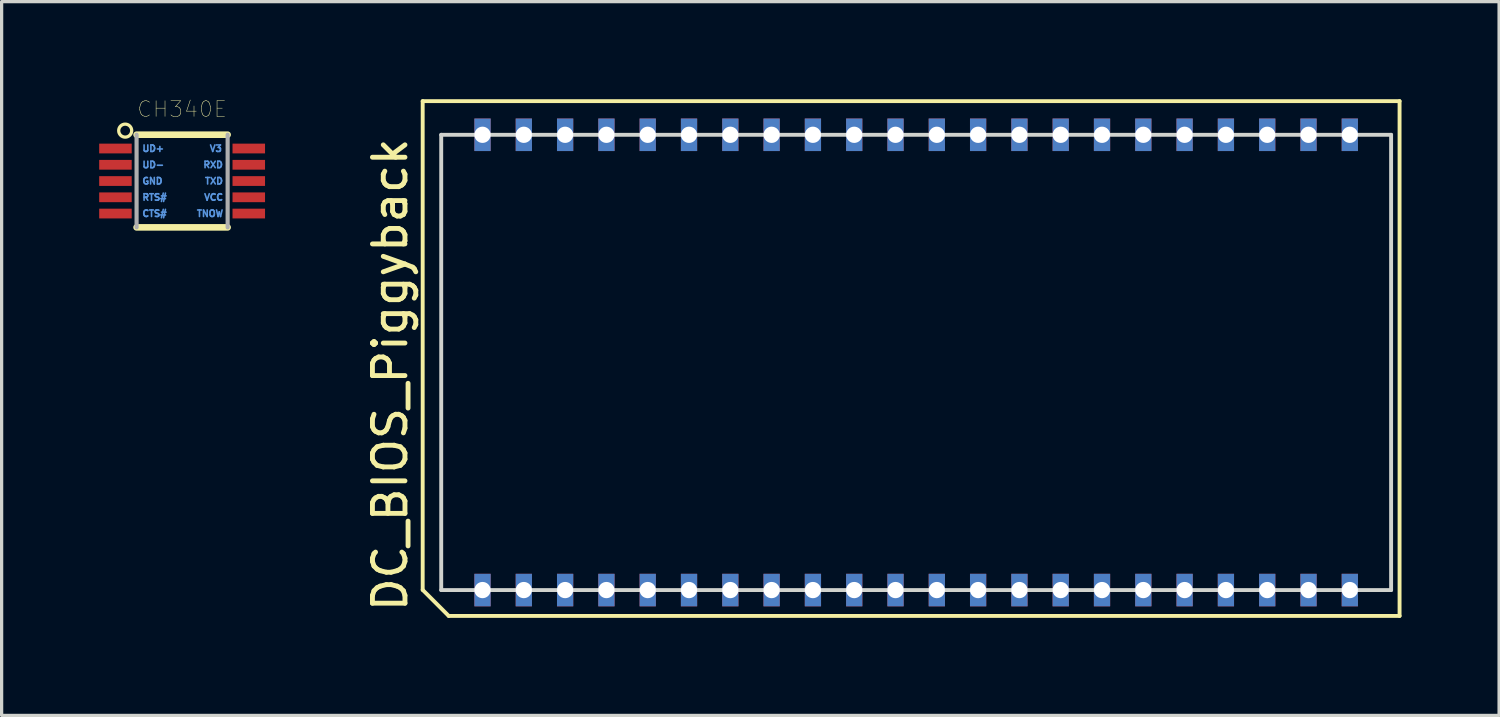
<source format=kicad_pcb>
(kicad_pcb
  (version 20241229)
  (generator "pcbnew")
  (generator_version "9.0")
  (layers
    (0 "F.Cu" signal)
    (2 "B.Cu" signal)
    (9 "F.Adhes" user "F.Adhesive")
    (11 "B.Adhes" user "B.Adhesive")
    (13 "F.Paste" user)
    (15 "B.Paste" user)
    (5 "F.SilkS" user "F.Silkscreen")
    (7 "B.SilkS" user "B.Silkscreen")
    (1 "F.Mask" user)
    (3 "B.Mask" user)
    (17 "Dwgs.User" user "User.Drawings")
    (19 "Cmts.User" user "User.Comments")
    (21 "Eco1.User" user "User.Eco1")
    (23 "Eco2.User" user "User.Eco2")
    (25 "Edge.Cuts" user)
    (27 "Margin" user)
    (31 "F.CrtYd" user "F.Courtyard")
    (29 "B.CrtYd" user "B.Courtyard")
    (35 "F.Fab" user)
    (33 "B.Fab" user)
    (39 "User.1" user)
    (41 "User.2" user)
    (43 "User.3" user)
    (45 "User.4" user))
  (footprint "CH340E"
    (layer "F.Cu")
    (at 2.55 2.517)
    (property "Reference" "CH340E" (at 0 -2.21 0) (layer "F.SilkS") (effects (font (size 0.48 0.48) (thickness 0.015))))
    (attr through_hole)
    (fp_line (start -1.4 1.425) (end 1.4 1.425) (stroke (width 0.203) (type solid)) (layer "F.SilkS"))
    (fp_line (start 1.4 -1.425) (end -1.4 -1.425) (stroke (width 0.203) (type solid)) (layer "F.SilkS"))
    (fp_circle (center -1.75 -1.55) (end -1.55 -1.55) (stroke (width 0.1) (type solid)) (fill no) (layer "F.SilkS"))
    (fp_line (start -1.4 -1.425) (end -1.4 1.425) (stroke (width 0.127) (type solid)) (layer "F.Fab"))
    (fp_line (start 1.4 1.425) (end 1.4 -1.425) (stroke (width 0.127) (type solid)) (layer "F.Fab"))
    (fp_text user "V3" (at 1.25 -1 0) (layer "Cmts.User") (effects (font (size 0.2 0.2) (thickness 0.05)) (justify right)))
    (fp_text user "CTS#" (at -1.25 1 0) (layer "Cmts.User") (effects (font (size 0.2 0.2) (thickness 0.05)) (justify left)))
    (fp_text user "UD-" (at -1.25 -0.5 0) (layer "Cmts.User") (effects (font (size 0.2 0.2) (thickness 0.05)) (justify left)))
    (fp_text user "GND" (at -1.25 0 0) (layer "Cmts.User") (effects (font (size 0.2 0.2) (thickness 0.05)) (justify left)))
    (fp_text user "TNOW" (at 0.425 1 0) (layer "Cmts.User") (effects (font (size 0.2 0.2) (thickness 0.05)) (justify left)))
    (fp_text user "TXD" (at 0.675 0 0) (layer "Cmts.User") (effects (font (size 0.2 0.2) (thickness 0.05)) (justify left)))
    (fp_text user "RTS#" (at -1.25 0.5 0) (layer "Cmts.User") (effects (font (size 0.2 0.2) (thickness 0.05)) (justify left)))
    (fp_text user "UD+" (at -1.25 -1 0) (layer "Cmts.User") (effects (font (size 0.2 0.2) (thickness 0.05)) (justify left)))
    (fp_text user "RXD" (at 0.625 -0.5 0) (layer "Cmts.User") (effects (font (size 0.2 0.2) (thickness 0.05)) (justify left)))
    (fp_text user "VCC" (at 0.65 0.5 0) (layer "Cmts.User") (effects (font (size 0.2 0.2) (thickness 0.05)) (justify left)))
    (pad "1" smd rect (at -2.05 -1) (size 1 0.3) (layers "F.Cu" "F.Mask"))
    (pad "2" smd rect (at -2.05 -0.5) (size 1 0.3) (layers "F.Cu" "F.Mask"))
    (pad "3" smd rect (at -2.05 0) (size 1 0.3) (layers "F.Cu" "F.Mask"))
    (pad "4" smd rect (at -2.05 0.5) (size 1 0.3) (layers "F.Cu" "F.Mask"))
    (pad "5" smd rect (at -2.05 1) (size 1 0.3) (layers "F.Cu" "F.Mask"))
    (pad "6" smd rect (at 2.05 1) (size 1 0.3) (layers "F.Cu" "F.Mask"))
    (pad "7" smd rect (at 2.05 0.5) (size 1 0.3) (layers "F.Cu" "F.Mask"))
    (pad "8" smd rect (at 2.05 0) (size 1 0.3) (layers "F.Cu" "F.Mask"))
    (pad "9" smd rect (at 2.05 -0.5) (size 1 0.3) (layers "F.Cu" "F.Mask"))
    (pad "10" smd rect (at 2.05 -1) (size 1 0.3) (layers "F.Cu" "F.Mask")))
  (footprint "DC_BIOS_Piggyback"
    (layer "F.Cu")
    (at 24.488 8.475)
    (property "Reference" "DC_BIOS_Piggyback" (at -15.54 0 90) (layer "F.SilkS") (effects (font (size 1 1) (thickness 0.15))))
    (attr smd)
    (fp_line (start -14.54 -8.415) (end 15.5 -8.415) (stroke (width 0.12) (type solid)) (layer "F.SilkS"))
    (fp_line (start -14.54 6.615) (end -14.54 -8.415) (stroke (width 0.12) (type solid)) (layer "F.SilkS"))
    (fp_line (start -13.74 7.415) (end -14.54 6.615) (stroke (width 0.12) (type solid)) (layer "F.SilkS"))
    (fp_line (start 15.5 -8.415) (end 15.5 7.415) (stroke (width 0.12) (type solid)) (layer "F.SilkS"))
    (fp_line (start 15.5 7.415) (end -13.74 7.415) (stroke (width 0.12) (type solid)) (layer "F.SilkS"))
    (fp_line (start -13.97 6.62) (end -13.97 -7.38) (stroke (width 0.12) (type solid)) (layer "Edge.Cuts"))
    (fp_line (start 15.24 -7.38) (end -13.97 -7.38) (stroke (width 0.12) (type solid)) (layer "Edge.Cuts"))
    (fp_line (start 15.24 -7.38) (end 15.24 6.62) (stroke (width 0.12) (type solid)) (layer "Edge.Cuts"))
    (fp_line (start 15.24 6.62) (end -13.97 6.62) (stroke (width 0.12) (type solid)) (layer "Edge.Cuts"))
    (pad "1" thru_hole rect (at -12.7 6.62) (size 0.5 1) (drill 0.5) (layers "*.Cu" "*.Mask"))
    (pad "2" thru_hole rect (at -11.43 6.62) (size 0.5 1) (drill 0.5) (layers "*.Cu" "*.Mask"))
    (pad "3" thru_hole rect (at -10.16 6.62) (size 0.5 1) (drill 0.5) (layers "*.Cu" "*.Mask"))
    (pad "4" thru_hole rect (at -8.89 6.62) (size 0.5 1) (drill 0.5) (layers "*.Cu" "*.Mask"))
    (pad "5" thru_hole rect (at -7.62 6.62) (size 0.5 1) (drill 0.5) (layers "*.Cu" "*.Mask"))
    (pad "6" thru_hole rect (at -6.35 6.62) (size 0.5 1) (drill 0.5) (layers "*.Cu" "*.Mask"))
    (pad "7" thru_hole rect (at -5.08 6.62) (size 0.5 1) (drill 0.5) (layers "*.Cu" "*.Mask"))
    (pad "8" thru_hole rect (at -3.81 6.62) (size 0.5 1) (drill 0.5) (layers "*.Cu" "*.Mask"))
    (pad "9" thru_hole rect (at -2.54 6.62) (size 0.5 1) (drill 0.5) (layers "*.Cu" "*.Mask"))
    (pad "10" thru_hole rect (at -1.27 6.62) (size 0.5 1) (drill 0.5) (layers "*.Cu" "*.Mask"))
    (pad "11" thru_hole rect (at 0 6.62) (size 0.5 1) (drill 0.5) (layers "*.Cu" "*.Mask"))
    (pad "12" thru_hole rect (at 1.27 6.62) (size 0.5 1) (drill 0.5) (layers "*.Cu" "*.Mask"))
    (pad "13" thru_hole rect (at 2.54 6.62) (size 0.5 1) (drill 0.5) (layers "*.Cu" "*.Mask"))
    (pad "14" thru_hole rect (at 3.81 6.62) (size 0.5 1) (drill 0.5) (layers "*.Cu" "*.Mask"))
    (pad "15" thru_hole rect (at 5.08 6.62) (size 0.5 1) (drill 0.5) (layers "*.Cu" "*.Mask"))
    (pad "16" thru_hole rect (at 6.35 6.62) (size 0.5 1) (drill 0.5) (layers "*.Cu" "*.Mask"))
    (pad "17" thru_hole rect (at 7.62 6.62) (size 0.5 1) (drill 0.5) (layers "*.Cu" "*.Mask"))
    (pad "18" thru_hole rect (at 8.89 6.62) (size 0.5 1) (drill 0.5) (layers "*.Cu" "*.Mask"))
    (pad "19" thru_hole rect (at 10.16 6.62) (size 0.5 1) (drill 0.5) (layers "*.Cu" "*.Mask"))
    (pad "20" thru_hole rect (at 11.43 6.62) (size 0.5 1) (drill 0.5) (layers "*.Cu" "*.Mask"))
    (pad "21" thru_hole rect (at 12.7 6.62) (size 0.5 1) (drill 0.5) (layers "*.Cu" "*.Mask"))
    (pad "22" thru_hole rect (at 13.97 6.62) (size 0.5 1) (drill 0.5) (layers "*.Cu" "*.Mask"))
    (pad "23" thru_hole rect (at 13.97 -7.38) (size 0.5 1) (drill 0.5) (layers "*.Cu" "*.Mask"))
    (pad "24" thru_hole rect (at 12.7 -7.38) (size 0.5 1) (drill 0.5) (layers "*.Cu" "*.Mask"))
    (pad "25" thru_hole rect (at 11.43 -7.38) (size 0.5 1) (drill 0.5) (layers "*.Cu" "*.Mask"))
    (pad "26" thru_hole rect (at 10.16 -7.38) (size 0.5 1) (drill 0.5) (layers "*.Cu" "*.Mask"))
    (pad "27" thru_hole rect (at 8.89 -7.38) (size 0.5 1) (drill 0.5) (layers "*.Cu" "*.Mask"))
    (pad "28" thru_hole rect (at 7.62 -7.38) (size 0.5 1) (drill 0.5) (layers "*.Cu" "*.Mask"))
    (pad "29" thru_hole rect (at 6.35 -7.38) (size 0.5 1) (drill 0.5) (layers "*.Cu" "*.Mask"))
    (pad "30" thru_hole rect (at 5.08 -7.38) (size 0.5 1) (drill 0.5) (layers "*.Cu" "*.Mask"))
    (pad "31" thru_hole rect (at 3.81 -7.38) (size 0.5 1) (drill 0.5) (layers "*.Cu" "*.Mask"))
    (pad "32" thru_hole rect (at 2.54 -7.38) (size 0.5 1) (drill 0.5) (layers "*.Cu" "*.Mask"))
    (pad "33" thru_hole rect (at 1.27 -7.38) (size 0.5 1) (drill 0.5) (layers "*.Cu" "*.Mask"))
    (pad "34" thru_hole rect (at 0 -7.38) (size 0.5 1) (drill 0.5) (layers "*.Cu" "*.Mask"))
    (pad "35" thru_hole rect (at -1.27 -7.38) (size 0.5 1) (drill 0.5) (layers "*.Cu" "*.Mask"))
    (pad "36" thru_hole rect (at -2.54 -7.38) (size 0.5 1) (drill 0.5) (layers "*.Cu" "*.Mask"))
    (pad "37" thru_hole rect (at -3.81 -7.38) (size 0.5 1) (drill 0.5) (layers "*.Cu" "*.Mask"))
    (pad "38" thru_hole rect (at -5.08 -7.38) (size 0.5 1) (drill 0.5) (layers "*.Cu" "*.Mask"))
    (pad "39" thru_hole rect (at -6.35 -7.38) (size 0.5 1) (drill 0.5) (layers "*.Cu" "*.Mask"))
    (pad "40" thru_hole rect (at -7.62 -7.38) (size 0.5 1) (drill 0.5) (layers "*.Cu" "*.Mask"))
    (pad "41" thru_hole rect (at -8.89 -7.38) (size 0.5 1) (drill 0.5) (layers "*.Cu" "*.Mask"))
    (pad "42" thru_hole rect (at -10.16 -7.38) (size 0.5 1) (drill 0.5) (layers "*.Cu" "*.Mask"))
    (pad "43" thru_hole rect (at -11.43 -7.38) (size 0.5 1) (drill 0.5) (layers "*.Cu" "*.Mask"))
    (pad "44" thru_hole rect (at -12.7 -7.38) (size 0.5 1) (drill 0.5) (layers "*.Cu" "*.Mask")))
  (gr_rect
    (start -3 -3)
    (end 43.048 18.95)
    (stroke (width 0.1) (type default))
    (fill no)
    (layer "Edge.Cuts")))
</source>
